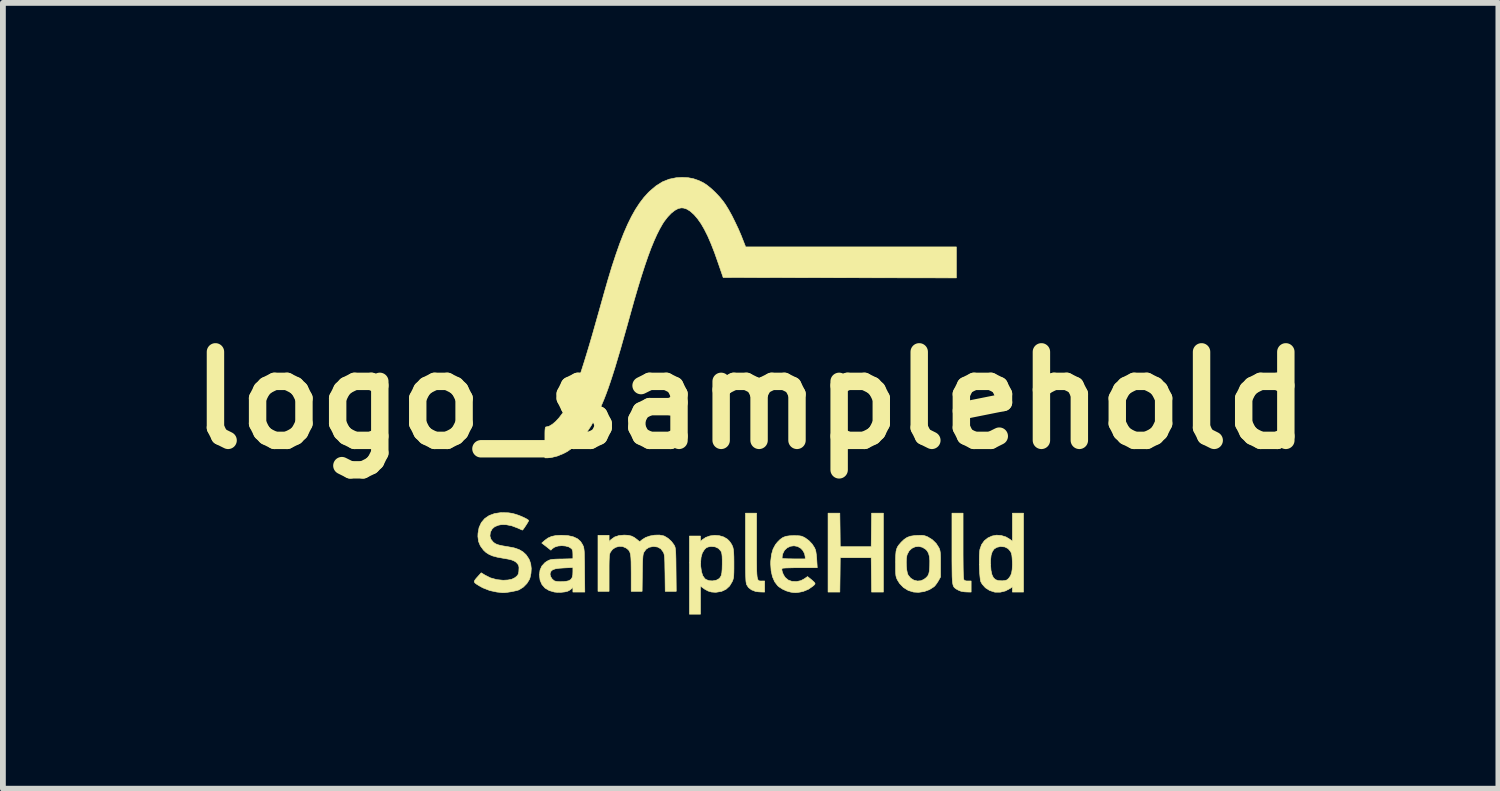
<source format=kicad_pcb>
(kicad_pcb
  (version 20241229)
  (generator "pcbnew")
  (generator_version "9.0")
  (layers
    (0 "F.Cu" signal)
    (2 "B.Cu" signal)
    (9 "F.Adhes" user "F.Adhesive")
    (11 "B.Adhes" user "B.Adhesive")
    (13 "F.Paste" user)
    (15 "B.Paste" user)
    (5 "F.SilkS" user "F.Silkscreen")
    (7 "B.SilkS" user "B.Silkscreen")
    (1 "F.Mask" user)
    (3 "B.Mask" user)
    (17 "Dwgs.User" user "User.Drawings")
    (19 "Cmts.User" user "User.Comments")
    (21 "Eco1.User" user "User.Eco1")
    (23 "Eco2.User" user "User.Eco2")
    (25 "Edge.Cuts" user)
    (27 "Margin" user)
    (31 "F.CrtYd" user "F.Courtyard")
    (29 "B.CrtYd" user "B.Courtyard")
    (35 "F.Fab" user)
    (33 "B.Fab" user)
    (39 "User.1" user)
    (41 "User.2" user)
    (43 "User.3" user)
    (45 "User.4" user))
  (footprint "logo_samplehold"
    (layer "F.Cu")
    (at 9.877 3.844)
    (property "Reference" "logo_samplehold" (at 0 0 0) (layer "F.SilkS") (effects (font (size 1.524 1.524) (thickness 0.3))))
    (attr through_hole)
    (fp_poly (pts (xy 1.54 2.232) (xy 1.543 2.521) (xy 2.076 2.521) (xy 2.083 1.943) (xy 2.286 1.943) (xy 2.286 3.302) (xy 2.083 3.302) (xy 2.076 2.711) (xy 1.543 2.711) (xy 1.54 3.007) (xy 1.536 3.302) (xy 1.333 3.302) (xy 1.333 1.943) (xy 1.536 1.943) (xy 1.54 2.232)) (stroke (width 0.01) (type solid)) (fill yes) (layer "F.SilkS"))
    (fp_poly (pts (xy 3.658 2.503) (xy 3.658 2.654) (xy 3.659 2.784) (xy 3.66 2.891) (xy 3.662 2.976) (xy 3.665 3.038) (xy 3.668 3.075) (xy 3.671 3.087) (xy 3.687 3.104) (xy 3.717 3.111) (xy 3.741 3.111) (xy 3.797 3.111) (xy 3.797 3.302) (xy 3.731 3.301) (xy 3.682 3.298) (xy 3.636 3.291) (xy 3.62 3.287) (xy 3.578 3.27) (xy 3.54 3.249) (xy 3.524 3.237) (xy 3.51 3.226) (xy 3.499 3.212) (xy 3.49 3.194) (xy 3.483 3.17) (xy 3.477 3.136) (xy 3.473 3.092) (xy 3.47 3.035) (xy 3.469 2.963) (xy 3.468 2.873) (xy 3.467 2.763) (xy 3.467 2.631) (xy 3.467 1.943) (xy 3.658 1.943) (xy 3.658 2.503)) (stroke (width 0.01) (type solid)) (fill yes) (layer "F.SilkS"))
    (fp_poly (pts (xy 0.102 2.499) (xy 0.102 2.64) (xy 0.102 2.757) (xy 0.103 2.853) (xy 0.104 2.93) (xy 0.107 2.99) (xy 0.111 3.035) (xy 0.117 3.067) (xy 0.125 3.089) (xy 0.135 3.102) (xy 0.148 3.109) (xy 0.165 3.111) (xy 0.184 3.112) (xy 0.191 3.111) (xy 0.241 3.111) (xy 0.241 3.302) (xy 0.181 3.301) (xy 0.135 3.298) (xy 0.092 3.292) (xy 0.081 3.29) (xy 0.015 3.264) (xy -0.037 3.224) (xy -0.069 3.174) (xy -0.073 3.16) (xy -0.077 3.14) (xy -0.081 3.114) (xy -0.083 3.078) (xy -0.085 3.03) (xy -0.087 2.969) (xy -0.088 2.891) (xy -0.088 2.795) (xy -0.089 2.678) (xy -0.089 2.538) (xy -0.089 1.943) (xy 0.102 1.943) (xy 0.102 2.499)) (stroke (width 0.01) (type solid)) (fill yes) (layer "F.SilkS"))
    (fp_poly (pts (xy 4.699 3.302) (xy 4.508 3.302) (xy 4.508 3.211) (xy 4.471 3.238) (xy 4.389 3.282) (xy 4.3 3.304) (xy 4.21 3.304) (xy 4.195 3.301) (xy 4.114 3.274) (xy 4.043 3.228) (xy 3.988 3.167) (xy 3.964 3.125) (xy 3.956 3.094) (xy 3.95 3.043) (xy 3.944 2.977) (xy 3.94 2.902) (xy 3.938 2.822) (xy 3.938 2.751) (xy 4.132 2.751) (xy 4.132 2.832) (xy 4.139 2.928) (xy 4.155 3.001) (xy 4.18 3.054) (xy 4.216 3.088) (xy 4.265 3.105) (xy 4.329 3.108) (xy 4.336 3.108) (xy 4.381 3.103) (xy 4.411 3.094) (xy 4.435 3.075) (xy 4.446 3.063) (xy 4.475 3.023) (xy 4.494 2.974) (xy 4.504 2.911) (xy 4.508 2.831) (xy 4.507 2.781) (xy 4.503 2.714) (xy 4.498 2.666) (xy 4.489 2.631) (xy 4.476 2.603) (xy 4.434 2.554) (xy 4.378 2.525) (xy 4.31 2.518) (xy 4.301 2.518) (xy 4.241 2.531) (xy 4.195 2.559) (xy 4.162 2.604) (xy 4.141 2.668) (xy 4.132 2.751) (xy 3.938 2.751) (xy 3.938 2.744) (xy 3.939 2.671) (xy 3.943 2.61) (xy 3.948 2.567) (xy 3.949 2.565) (xy 3.977 2.485) (xy 4.024 2.419) (xy 4.085 2.37) (xy 4.157 2.337) (xy 4.235 2.322) (xy 4.316 2.328) (xy 4.397 2.353) (xy 4.467 2.395) (xy 4.508 2.427) (xy 4.508 1.943) (xy 4.699 1.943) (xy 4.699 3.302)) (stroke (width 0.01) (type solid)) (fill yes) (layer "F.SilkS"))
    (fp_poly (pts (xy -0.54 2.331) (xy -0.465 2.353) (xy -0.402 2.39) (xy -0.364 2.428) (xy -0.339 2.463) (xy -0.32 2.496) (xy -0.306 2.53) (xy -0.297 2.571) (xy -0.292 2.623) (xy -0.289 2.691) (xy -0.288 2.777) (xy -0.288 2.813) (xy -0.288 2.898) (xy -0.289 2.963) (xy -0.291 3.01) (xy -0.294 3.046) (xy -0.3 3.074) (xy -0.307 3.098) (xy -0.317 3.121) (xy -0.363 3.198) (xy -0.424 3.254) (xy -0.5 3.29) (xy -0.59 3.305) (xy -0.61 3.306) (xy -0.676 3.301) (xy -0.733 3.284) (xy -0.79 3.253) (xy -0.822 3.23) (xy -0.864 3.199) (xy -0.864 3.683) (xy -1.054 3.683) (xy -1.054 2.799) (xy -0.862 2.799) (xy -0.86 2.857) (xy -0.847 2.951) (xy -0.824 3.022) (xy -0.789 3.071) (xy -0.77 3.085) (xy -0.718 3.106) (xy -0.657 3.11) (xy -0.596 3.099) (xy -0.579 3.092) (xy -0.546 3.073) (xy -0.523 3.049) (xy -0.506 3.016) (xy -0.496 2.97) (xy -0.491 2.908) (xy -0.489 2.824) (xy -0.489 2.813) (xy -0.489 2.74) (xy -0.491 2.687) (xy -0.495 2.65) (xy -0.5 2.623) (xy -0.509 2.603) (xy -0.514 2.594) (xy -0.555 2.549) (xy -0.612 2.523) (xy -0.682 2.517) (xy -0.69 2.518) (xy -0.735 2.526) (xy -0.767 2.542) (xy -0.795 2.569) (xy -0.832 2.627) (xy -0.854 2.704) (xy -0.862 2.799) (xy -1.054 2.799) (xy -1.054 2.337) (xy -0.864 2.337) (xy -0.864 2.43) (xy -0.835 2.403) (xy -0.773 2.361) (xy -0.7 2.335) (xy -0.62 2.325) (xy -0.54 2.331)) (stroke (width 0.01) (type solid)) (fill yes) (layer "F.SilkS"))
    (fp_poly (pts (xy 2.966 2.326) (xy 3 2.333) (xy 3.033 2.345) (xy 3.05 2.352) (xy 3.128 2.4) (xy 3.195 2.465) (xy 3.243 2.54) (xy 3.243 2.54) (xy 3.253 2.563) (xy 3.26 2.587) (xy 3.265 2.617) (xy 3.268 2.656) (xy 3.27 2.71) (xy 3.27 2.784) (xy 3.27 2.819) (xy 3.27 3.042) (xy 3.233 3.109) (xy 3.205 3.153) (xy 3.175 3.192) (xy 3.157 3.21) (xy 3.079 3.26) (xy 2.989 3.293) (xy 2.892 3.307) (xy 2.806 3.302) (xy 2.714 3.274) (xy 2.633 3.224) (xy 2.566 3.155) (xy 2.526 3.091) (xy 2.515 3.066) (xy 2.507 3.043) (xy 2.501 3.016) (xy 2.498 2.98) (xy 2.496 2.931) (xy 2.496 2.863) (xy 2.496 2.813) (xy 2.496 2.785) (xy 2.68 2.785) (xy 2.682 2.854) (xy 2.688 2.92) (xy 2.699 2.976) (xy 2.712 3.01) (xy 2.756 3.063) (xy 2.811 3.097) (xy 2.872 3.112) (xy 2.933 3.107) (xy 2.985 3.083) (xy 3.024 3.053) (xy 3.051 3.023) (xy 3.068 2.986) (xy 3.078 2.938) (xy 3.083 2.871) (xy 3.084 2.85) (xy 3.085 2.759) (xy 3.078 2.689) (xy 3.064 2.636) (xy 3.041 2.594) (xy 3.015 2.566) (xy 2.957 2.53) (xy 2.894 2.516) (xy 2.832 2.523) (xy 2.776 2.549) (xy 2.729 2.593) (xy 2.697 2.653) (xy 2.692 2.668) (xy 2.683 2.721) (xy 2.68 2.785) (xy 2.496 2.785) (xy 2.496 2.723) (xy 2.499 2.654) (xy 2.504 2.6) (xy 2.515 2.558) (xy 2.53 2.523) (xy 2.553 2.49) (xy 2.584 2.454) (xy 2.592 2.444) (xy 2.644 2.395) (xy 2.695 2.361) (xy 2.752 2.34) (xy 2.824 2.329) (xy 2.866 2.327) (xy 2.925 2.325) (xy 2.966 2.326)) (stroke (width 0.01) (type solid)) (fill yes) (layer "F.SilkS"))
    (fp_poly (pts (xy -1.502 2.333) (xy -1.485 2.339) (xy -1.422 2.377) (xy -1.363 2.431) (xy -1.319 2.491) (xy -1.317 2.494) (xy -1.309 2.51) (xy -1.302 2.527) (xy -1.298 2.548) (xy -1.294 2.577) (xy -1.291 2.615) (xy -1.289 2.666) (xy -1.287 2.734) (xy -1.286 2.822) (xy -1.285 2.918) (xy -1.281 3.289) (xy -1.471 3.289) (xy -1.475 2.975) (xy -1.477 2.876) (xy -1.478 2.8) (xy -1.48 2.741) (xy -1.483 2.698) (xy -1.487 2.667) (xy -1.492 2.643) (xy -1.499 2.625) (xy -1.506 2.611) (xy -1.546 2.558) (xy -1.6 2.527) (xy -1.667 2.517) (xy -1.684 2.518) (xy -1.751 2.532) (xy -1.801 2.565) (xy -1.838 2.616) (xy -1.845 2.633) (xy -1.851 2.655) (xy -1.855 2.684) (xy -1.858 2.725) (xy -1.861 2.78) (xy -1.863 2.854) (xy -1.864 2.948) (xy -1.865 2.975) (xy -1.869 3.289) (xy -2.057 3.289) (xy -2.057 2.975) (xy -2.058 2.867) (xy -2.059 2.781) (xy -2.062 2.715) (xy -2.067 2.664) (xy -2.076 2.626) (xy -2.088 2.598) (xy -2.104 2.576) (xy -2.125 2.558) (xy -2.145 2.543) (xy -2.204 2.518) (xy -2.266 2.515) (xy -2.327 2.532) (xy -2.379 2.567) (xy -2.416 2.616) (xy -2.423 2.633) (xy -2.429 2.654) (xy -2.433 2.683) (xy -2.435 2.722) (xy -2.437 2.776) (xy -2.438 2.847) (xy -2.438 2.939) (xy -2.438 2.975) (xy -2.438 3.289) (xy -2.629 3.289) (xy -2.629 2.324) (xy -2.438 2.324) (xy -2.438 2.43) (xy -2.403 2.397) (xy -2.343 2.354) (xy -2.268 2.329) (xy -2.178 2.321) (xy -2.109 2.325) (xy -2.055 2.337) (xy -2.007 2.36) (xy -1.962 2.393) (xy -1.911 2.435) (xy -1.867 2.399) (xy -1.808 2.362) (xy -1.733 2.336) (xy -1.652 2.322) (xy -1.572 2.32) (xy -1.502 2.333)) (stroke (width 0.01) (type solid)) (fill yes) (layer "F.SilkS"))
    (fp_poly (pts (xy -3.146 2.33) (xy -3.056 2.35) (xy -2.984 2.383) (xy -2.929 2.431) (xy -2.896 2.483) (xy -2.887 2.502) (xy -2.879 2.519) (xy -2.874 2.54) (xy -2.87 2.565) (xy -2.866 2.6) (xy -2.864 2.646) (xy -2.863 2.706) (xy -2.861 2.785) (xy -2.86 2.886) (xy -2.86 2.924) (xy -2.856 3.302) (xy -3.061 3.302) (xy -3.061 3.221) (xy -3.089 3.248) (xy -3.121 3.272) (xy -3.15 3.287) (xy -3.198 3.299) (xy -3.26 3.306) (xy -3.325 3.307) (xy -3.379 3.302) (xy -3.469 3.276) (xy -3.541 3.233) (xy -3.593 3.174) (xy -3.626 3.099) (xy -3.637 3.011) (xy -3.637 3.009) (xy -3.636 2.999) (xy -3.454 2.999) (xy -3.444 3.037) (xy -3.419 3.076) (xy -3.385 3.106) (xy -3.373 3.112) (xy -3.337 3.12) (xy -3.285 3.123) (xy -3.227 3.122) (xy -3.173 3.116) (xy -3.133 3.107) (xy -3.13 3.106) (xy -3.096 3.085) (xy -3.074 3.052) (xy -3.063 3.004) (xy -3.061 2.95) (xy -3.061 2.879) (xy -3.21 2.886) (xy -3.298 2.892) (xy -3.364 2.902) (xy -3.41 2.919) (xy -3.438 2.943) (xy -3.452 2.975) (xy -3.454 2.999) (xy -3.636 2.999) (xy -3.627 2.924) (xy -3.596 2.854) (xy -3.544 2.797) (xy -3.508 2.772) (xy -3.484 2.759) (xy -3.461 2.749) (xy -3.435 2.742) (xy -3.401 2.738) (xy -3.353 2.735) (xy -3.288 2.733) (xy -3.254 2.733) (xy -3.061 2.728) (xy -3.061 2.653) (xy -3.063 2.604) (xy -3.072 2.572) (xy -3.085 2.554) (xy -3.129 2.525) (xy -3.187 2.509) (xy -3.252 2.503) (xy -3.317 2.509) (xy -3.374 2.527) (xy -3.416 2.555) (xy -3.44 2.581) (xy -3.518 2.519) (xy -3.597 2.458) (xy -3.544 2.411) (xy -3.489 2.371) (xy -3.428 2.344) (xy -3.355 2.329) (xy -3.264 2.324) (xy -3.258 2.324) (xy -3.146 2.33)) (stroke (width 0.01) (type solid)) (fill yes) (layer "F.SilkS"))
    (fp_poly (pts (xy 0.803 2.331) (xy 0.845 2.334) (xy 0.877 2.34) (xy 0.906 2.352) (xy 0.94 2.37) (xy 1.003 2.416) (xy 1.059 2.475) (xy 1.101 2.54) (xy 1.116 2.576) (xy 1.124 2.609) (xy 1.131 2.659) (xy 1.137 2.718) (xy 1.139 2.753) (xy 1.147 2.883) (xy 0.847 2.883) (xy 0.75 2.883) (xy 0.669 2.885) (xy 0.606 2.887) (xy 0.562 2.89) (xy 0.541 2.894) (xy 0.54 2.895) (xy 0.537 2.92) (xy 0.546 2.957) (xy 0.563 3) (xy 0.587 3.039) (xy 0.598 3.054) (xy 0.649 3.096) (xy 0.711 3.118) (xy 0.787 3.121) (xy 0.798 3.12) (xy 0.866 3.105) (xy 0.924 3.074) (xy 0.98 3.035) (xy 1.026 3.072) (xy 1.06 3.1) (xy 1.089 3.127) (xy 1.096 3.134) (xy 1.108 3.15) (xy 1.108 3.163) (xy 1.093 3.181) (xy 1.073 3.199) (xy 0.996 3.253) (xy 0.91 3.289) (xy 0.858 3.301) (xy 0.811 3.309) (xy 0.777 3.312) (xy 0.745 3.311) (xy 0.702 3.305) (xy 0.685 3.302) (xy 0.618 3.283) (xy 0.548 3.251) (xy 0.488 3.212) (xy 0.465 3.192) (xy 0.414 3.125) (xy 0.376 3.038) (xy 0.353 2.936) (xy 0.345 2.82) (xy 0.346 2.769) (xy 0.352 2.717) (xy 0.542 2.717) (xy 0.543 2.721) (xy 0.556 2.724) (xy 0.591 2.727) (xy 0.642 2.729) (xy 0.705 2.73) (xy 0.744 2.731) (xy 0.94 2.731) (xy 0.94 2.698) (xy 0.929 2.641) (xy 0.899 2.586) (xy 0.865 2.549) (xy 0.808 2.516) (xy 0.746 2.505) (xy 0.685 2.513) (xy 0.629 2.54) (xy 0.583 2.582) (xy 0.554 2.64) (xy 0.549 2.658) (xy 0.543 2.693) (xy 0.542 2.717) (xy 0.352 2.717) (xy 0.359 2.656) (xy 0.386 2.562) (xy 0.428 2.484) (xy 0.462 2.442) (xy 0.51 2.394) (xy 0.556 2.362) (xy 0.608 2.342) (xy 0.67 2.333) (xy 0.743 2.33) (xy 0.803 2.331)) (stroke (width 0.01) (type solid)) (fill yes) (layer "F.SilkS"))
    (fp_poly (pts (xy -4.171 1.937) (xy -4.102 1.948) (xy -4.054 1.961) (xy -3.999 1.979) (xy -3.944 2.001) (xy -3.894 2.024) (xy -3.854 2.045) (xy -3.828 2.063) (xy -3.823 2.071) (xy -3.829 2.086) (xy -3.846 2.115) (xy -3.868 2.15) (xy -3.892 2.186) (xy -3.913 2.216) (xy -3.927 2.233) (xy -3.93 2.235) (xy -3.943 2.23) (xy -3.972 2.217) (xy -4.012 2.199) (xy -4.015 2.198) (xy -4.113 2.161) (xy -4.208 2.142) (xy -4.296 2.141) (xy -4.345 2.151) (xy -4.407 2.176) (xy -4.45 2.213) (xy -4.479 2.265) (xy -4.483 2.276) (xy -4.49 2.337) (xy -4.472 2.394) (xy -4.433 2.442) (xy -4.432 2.443) (xy -4.404 2.464) (xy -4.372 2.48) (xy -4.331 2.493) (xy -4.276 2.505) (xy -4.201 2.518) (xy -4.18 2.521) (xy -4.074 2.541) (xy -3.989 2.57) (xy -3.922 2.609) (xy -3.867 2.66) (xy -3.822 2.726) (xy -3.807 2.756) (xy -3.787 2.82) (xy -3.778 2.897) (xy -3.783 2.979) (xy -3.799 3.054) (xy -3.809 3.083) (xy -3.853 3.154) (xy -3.914 3.216) (xy -3.987 3.262) (xy -3.993 3.265) (xy -4.025 3.275) (xy -4.074 3.286) (xy -4.13 3.297) (xy -4.187 3.306) (xy -4.236 3.312) (xy -4.27 3.313) (xy -4.273 3.313) (xy -4.292 3.311) (xy -4.328 3.306) (xy -4.369 3.302) (xy -4.492 3.276) (xy -4.612 3.229) (xy -4.67 3.197) (xy -4.72 3.166) (xy -4.75 3.143) (xy -4.76 3.122) (xy -4.751 3.099) (xy -4.727 3.067) (xy -4.706 3.044) (xy -4.64 2.97) (xy -4.577 3.009) (xy -4.48 3.058) (xy -4.371 3.088) (xy -4.263 3.099) (xy -4.178 3.094) (xy -4.113 3.081) (xy -4.062 3.056) (xy -4.036 3.036) (xy -4.012 3.012) (xy -3.999 2.985) (xy -3.992 2.947) (xy -3.991 2.926) (xy -3.989 2.88) (xy -3.994 2.849) (xy -4.007 2.824) (xy -4.013 2.816) (xy -4.039 2.788) (xy -4.072 2.767) (xy -4.115 2.749) (xy -4.173 2.735) (xy -4.251 2.721) (xy -4.265 2.719) (xy -4.364 2.701) (xy -4.443 2.68) (xy -4.505 2.653) (xy -4.557 2.62) (xy -4.602 2.578) (xy -4.603 2.576) (xy -4.655 2.505) (xy -4.686 2.43) (xy -4.697 2.344) (xy -4.695 2.291) (xy -4.677 2.191) (xy -4.638 2.106) (xy -4.58 2.037) (xy -4.504 1.985) (xy -4.41 1.95) (xy -4.301 1.934) (xy -4.171 1.937)) (stroke (width 0.01) (type solid)) (fill yes) (layer "F.SilkS"))
    (fp_poly (pts (xy -1.077 -3.834) (xy -0.984 -3.816) (xy -0.892 -3.784) (xy -0.819 -3.749) (xy -0.755 -3.708) (xy -0.683 -3.65) (xy -0.608 -3.58) (xy -0.535 -3.503) (xy -0.47 -3.423) (xy -0.434 -3.372) (xy -0.381 -3.286) (xy -0.324 -3.183) (xy -0.267 -3.068) (xy -0.211 -2.95) (xy -0.161 -2.833) (xy -0.147 -2.797) (xy -0.086 -2.642) (xy 1.729 -2.642) (xy 3.543 -2.642) (xy 3.543 -2.108) (xy -0.473 -2.115) (xy -0.558 -2.362) (xy -0.621 -2.541) (xy -0.682 -2.697) (xy -0.74 -2.831) (xy -0.798 -2.946) (xy -0.855 -3.044) (xy -0.913 -3.126) (xy -0.972 -3.195) (xy -0.978 -3.201) (xy -1.042 -3.258) (xy -1.101 -3.294) (xy -1.159 -3.312) (xy -1.195 -3.314) (xy -1.247 -3.303) (xy -1.306 -3.271) (xy -1.368 -3.222) (xy -1.429 -3.158) (xy -1.487 -3.083) (xy -1.516 -3.039) (xy -1.566 -2.951) (xy -1.616 -2.852) (xy -1.666 -2.74) (xy -1.717 -2.616) (xy -1.769 -2.475) (xy -1.823 -2.318) (xy -1.88 -2.142) (xy -1.94 -1.946) (xy -2.004 -1.728) (xy -2.07 -1.492) (xy -2.133 -1.265) (xy -2.191 -1.061) (xy -2.243 -0.877) (xy -2.292 -0.713) (xy -2.336 -0.565) (xy -2.378 -0.433) (xy -2.417 -0.314) (xy -2.454 -0.206) (xy -2.49 -0.108) (xy -2.525 -0.018) (xy -2.561 0.067) (xy -2.597 0.147) (xy -2.634 0.226) (xy -2.655 0.268) (xy -2.747 0.437) (xy -2.841 0.581) (xy -2.94 0.702) (xy -3.043 0.8) (xy -3.152 0.878) (xy -3.219 0.914) (xy -3.328 0.959) (xy -3.428 0.984) (xy -3.499 0.991) (xy -3.543 0.991) (xy -3.543 0.724) (xy -3.543 0.635) (xy -3.543 0.569) (xy -3.542 0.521) (xy -3.539 0.49) (xy -3.536 0.471) (xy -3.531 0.461) (xy -3.524 0.458) (xy -3.517 0.457) (xy -3.471 0.446) (xy -3.417 0.414) (xy -3.358 0.365) (xy -3.299 0.301) (xy -3.241 0.225) (xy -3.187 0.14) (xy -3.178 0.125) (xy -3.144 0.06) (xy -3.111 -0.006) (xy -3.078 -0.076) (xy -3.046 -0.151) (xy -3.013 -0.233) (xy -2.979 -0.324) (xy -2.943 -0.424) (xy -2.906 -0.536) (xy -2.866 -0.662) (xy -2.823 -0.802) (xy -2.776 -0.958) (xy -2.725 -1.132) (xy -2.67 -1.326) (xy -2.609 -1.542) (xy -2.542 -1.78) (xy -2.534 -1.81) (xy -2.46 -2.068) (xy -2.389 -2.303) (xy -2.319 -2.515) (xy -2.252 -2.706) (xy -2.185 -2.877) (xy -2.118 -3.031) (xy -2.051 -3.167) (xy -1.983 -3.288) (xy -1.913 -3.395) (xy -1.841 -3.49) (xy -1.766 -3.573) (xy -1.738 -3.601) (xy -1.629 -3.693) (xy -1.519 -3.762) (xy -1.404 -3.808) (xy -1.283 -3.833) (xy -1.181 -3.839) (xy -1.077 -3.834)) (stroke (width 0.01) (type solid)) (fill yes) (layer "F.SilkS")))
  (gr_rect
    (start -3 -3)
    (end 22.754 10.532)
    (stroke (width 0.1) (type default))
    (fill no)
    (layer "Edge.Cuts")))
</source>
